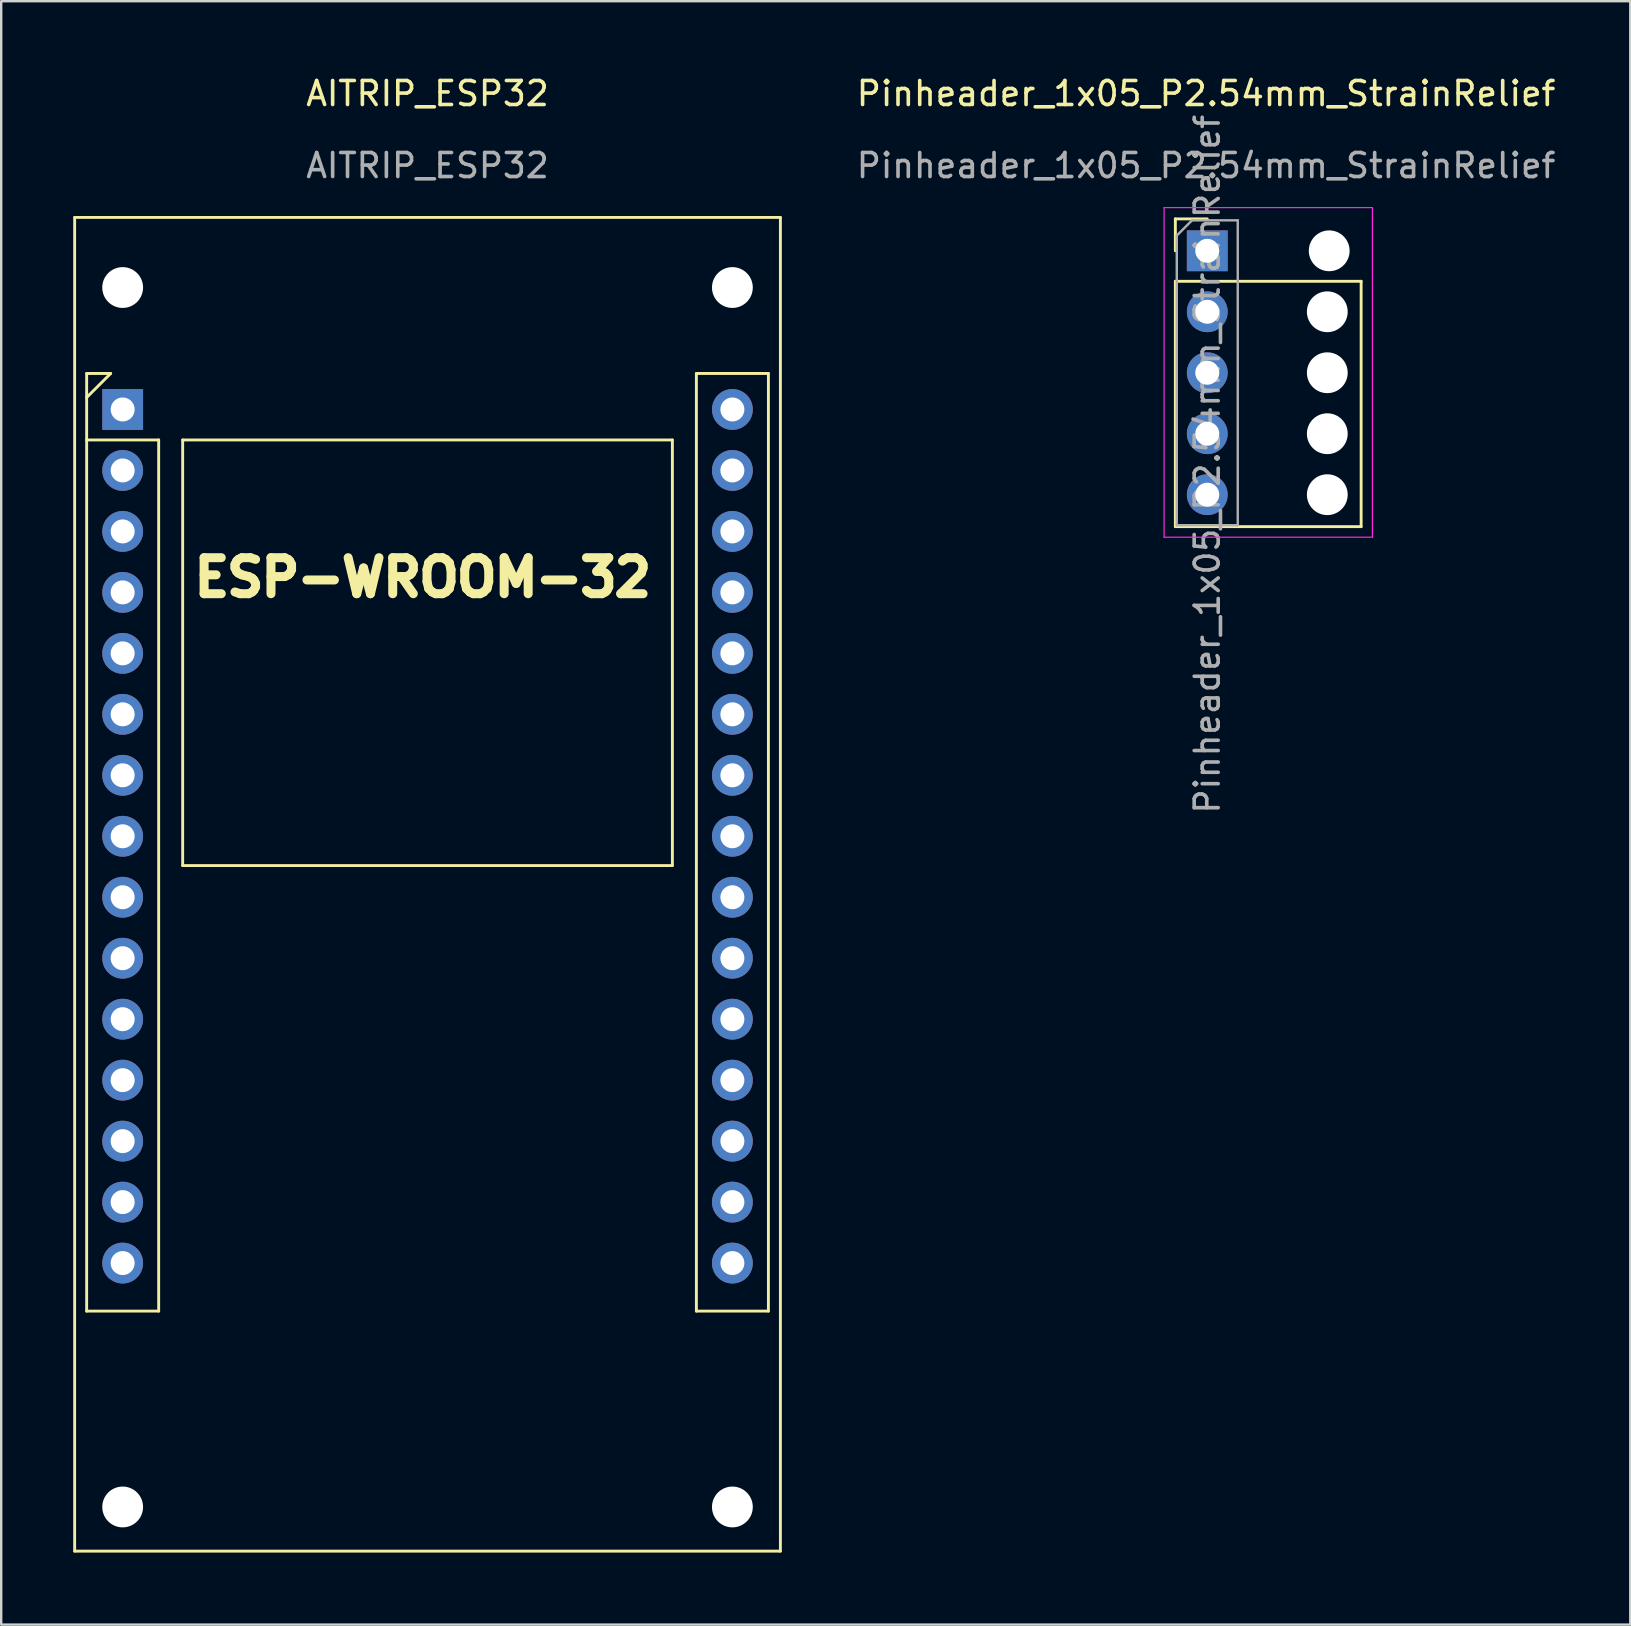
<source format=kicad_pcb>
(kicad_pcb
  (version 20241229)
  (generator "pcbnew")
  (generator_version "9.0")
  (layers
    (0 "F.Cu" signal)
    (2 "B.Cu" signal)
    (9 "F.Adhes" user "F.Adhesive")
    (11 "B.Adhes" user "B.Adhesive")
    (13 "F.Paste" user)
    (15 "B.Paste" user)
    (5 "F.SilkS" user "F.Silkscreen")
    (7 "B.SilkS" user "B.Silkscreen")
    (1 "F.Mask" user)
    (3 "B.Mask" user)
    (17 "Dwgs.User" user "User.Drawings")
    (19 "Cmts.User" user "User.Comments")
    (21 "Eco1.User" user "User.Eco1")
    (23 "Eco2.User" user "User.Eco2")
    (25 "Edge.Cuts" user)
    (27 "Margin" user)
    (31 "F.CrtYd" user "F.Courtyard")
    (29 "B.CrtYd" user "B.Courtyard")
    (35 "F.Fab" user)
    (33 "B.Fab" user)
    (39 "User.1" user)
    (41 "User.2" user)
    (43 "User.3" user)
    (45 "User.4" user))
  (footprint "Pinheader_1x05_P2.54mm_StrainRelief"
    (layer "F.Cu")
    (at 47.193 1.348)
    (property "Reference" "Pinheader_1x05_P2.54mm_StrainRelief" (at 0 -0.5 0) (unlocked yes) (layer "F.SilkS") (effects (font (size 1 1) (thickness 0.15))))
    (attr through_hole)
    (fp_line (start -1.28 4.72) (end 0.05 4.72) (stroke (width 0.12) (type solid)) (layer "F.SilkS"))
    (fp_line (start -1.28 6.05) (end -1.28 4.72) (stroke (width 0.12) (type solid)) (layer "F.SilkS"))
    (fp_line (start -1.28 7.32) (end -1.28 17.54) (stroke (width 0.12) (type solid)) (layer "F.SilkS"))
    (fp_line (start -1.28 7.32) (end 6.46 7.32) (stroke (width 0.12) (type solid)) (layer "F.SilkS"))
    (fp_line (start -1.28 17.54) (end 6.46 17.54) (stroke (width 0.12) (type solid)) (layer "F.SilkS"))
    (fp_line (start 6.46 7.32) (end 6.46 17.54) (stroke (width 0.12) (type solid)) (layer "F.SilkS"))
    (fp_line (start -1.75 4.25) (end -1.75 17.98) (stroke (width 0.05) (type solid)) (layer "F.CrtYd"))
    (fp_line (start -1.75 17.98) (end 6.93 17.98) (stroke (width 0.05) (type solid)) (layer "F.CrtYd"))
    (fp_line (start 6.93 4.25) (end -1.75 4.25) (stroke (width 0.05) (type solid)) (layer "F.CrtYd"))
    (fp_line (start 6.93 17.98) (end 6.93 4.25) (stroke (width 0.05) (type solid)) (layer "F.CrtYd"))
    (fp_line (start -1.22 5.415) (end -0.585 4.78) (stroke (width 0.1) (type solid)) (layer "F.Fab"))
    (fp_line (start -1.22 17.48) (end -1.22 5.415) (stroke (width 0.1) (type solid)) (layer "F.Fab"))
    (fp_line (start -0.585 4.78) (end 1.32 4.78) (stroke (width 0.1) (type solid)) (layer "F.Fab"))
    (fp_line (start 1.32 4.78) (end 1.32 17.48) (stroke (width 0.1) (type solid)) (layer "F.Fab"))
    (fp_line (start 1.32 17.48) (end -1.22 17.48) (stroke (width 0.1) (type solid)) (layer "F.Fab"))
    (fp_text user "${REFERENCE}" (at 0 2.5 0) (unlocked yes) (layer "F.Fab") (effects (font (size 1 1) (thickness 0.15))))
    (fp_text user "${REFERENCE}" (at 0.05 14.94 90) (layer "F.Fab") (effects (font (size 1 1) (thickness 0.15))))
    (pad "" np_thru_hole circle (at 5.05 8.59) (size 1.7 1.7) (drill 2) (layers "*.Cu" "*.Mask"))
    (pad "" np_thru_hole circle (at 5.05 11.13) (size 1.7 1.7) (drill 2) (layers "*.Cu" "*.Mask"))
    (pad "" np_thru_hole circle (at 5.05 13.67) (size 1.7 1.7) (drill 2) (layers "*.Cu" "*.Mask"))
    (pad "" np_thru_hole circle (at 5.05 16.21) (size 1.7 1.7) (drill 2) (layers "*.Cu" "*.Mask"))
    (pad "" np_thru_hole circle (at 5.13 6.05) (size 1.7 1.7) (drill 2) (layers "*.Cu" "*.Mask"))
    (pad "1" thru_hole rect (at 0.05 6.05) (size 1.7 1.7) (drill 1) (layers "*.Cu" "*.Mask"))
    (pad "2" thru_hole oval (at 0.05 8.59) (size 1.7 1.7) (drill 1) (layers "*.Cu" "*.Mask"))
    (pad "3" thru_hole oval (at 0.05 11.13) (size 1.7 1.7) (drill 1) (layers "*.Cu" "*.Mask"))
    (pad "4" thru_hole oval (at 0.05 13.67) (size 1.7 1.7) (drill 1) (layers "*.Cu" "*.Mask"))
    (pad "5" thru_hole oval (at 0.05 16.21) (size 1.7 1.7) (drill 1) (layers "*.Cu" "*.Mask")))
  (footprint "AITRIP_ESP32"
    (layer "F.Cu")
    (at 2.06 14.008)
    (property "Reference" "AITRIP_ESP32" (at 12.7 -13.16 0) (unlocked yes) (layer "F.SilkS") (effects (font (size 1 1) (thickness 0.15))))
    (attr through_hole)
    (fp_line (start -2 -8) (end -2 47.56) (stroke (width 0.12) (type solid)) (layer "F.SilkS"))
    (fp_line (start -2 -8) (end 27.4 -8) (stroke (width 0.12) (type solid)) (layer "F.SilkS"))
    (fp_line (start -2 47.56) (end 27.4 47.56) (stroke (width 0.12) (type solid)) (layer "F.SilkS"))
    (fp_line (start -1.5 -1.5) (end -1.5 37.56) (stroke (width 0.12) (type solid)) (layer "F.SilkS"))
    (fp_line (start -0.5 -1.5) (end -1.5 -1.5) (stroke (width 0.12) (type solid)) (layer "F.SilkS"))
    (fp_line (start -0.5 -1.5) (end -1.5 -0.5) (stroke (width 0.12) (type solid)) (layer "F.SilkS"))
    (fp_line (start 1.5 1.27) (end -1.5 1.27) (stroke (width 0.12) (type solid)) (layer "F.SilkS"))
    (fp_line (start 1.5 1.27) (end 1.5 37.56) (stroke (width 0.12) (type solid)) (layer "F.SilkS"))
    (fp_line (start 1.5 37.56) (end -1.5 37.56) (stroke (width 0.12) (type solid)) (layer "F.SilkS"))
    (fp_line (start 2.5 1.27) (end 2.5 19) (stroke (width 0.12) (type solid)) (layer "F.SilkS"))
    (fp_line (start 2.5 1.27) (end 22.9 1.27) (stroke (width 0.12) (type solid)) (layer "F.SilkS"))
    (fp_line (start 2.5 19) (end 22.9 19) (stroke (width 0.12) (type solid)) (layer "F.SilkS"))
    (fp_line (start 22.9 1.27) (end 22.9 19) (stroke (width 0.12) (type solid)) (layer "F.SilkS"))
    (fp_line (start 23.9 -1.5) (end 23.9 37.56) (stroke (width 0.12) (type solid)) (layer "F.SilkS"))
    (fp_line (start 23.9 -1.5) (end 26.9 -1.5) (stroke (width 0.12) (type solid)) (layer "F.SilkS"))
    (fp_line (start 23.9 37.56) (end 26.9 37.56) (stroke (width 0.12) (type solid)) (layer "F.SilkS"))
    (fp_line (start 26.9 -1.5) (end 26.9 37.56) (stroke (width 0.12) (type solid)) (layer "F.SilkS"))
    (fp_line (start 27.4 -8) (end 27.4 47.56) (stroke (width 0.12) (type solid)) (layer "F.SilkS"))
    (fp_text user "ESP-WROOM-32" (at 12.5 7 0) (unlocked yes) (layer "F.SilkS") (effects (font (size 1.5 1.5) (thickness 0.375))))
    (fp_text user "${REFERENCE}" (at 12.7 -10.16 0) (unlocked yes) (layer "F.Fab") (effects (font (size 1 1) (thickness 0.15))))
    (pad "" np_thru_hole circle (at 0 -5.08) (size 1.7 1.7) (drill 3) (layers "*.Cu" "*.Mask"))
    (pad "" np_thru_hole circle (at 0 45.72) (size 1.7 1.7) (drill 3) (layers "*.Cu" "*.Mask"))
    (pad "" np_thru_hole circle (at 25.4 -5.08) (size 1.7 1.7) (drill 3) (layers "*.Cu" "*.Mask"))
    (pad "" np_thru_hole circle (at 25.4 45.72) (size 1.7 1.7) (drill 3) (layers "*.Cu" "*.Mask"))
    (pad "1" thru_hole rect (at 0 0) (size 1.7 1.7) (drill 1) (layers "*.Cu" "*.Mask"))
    (pad "2" thru_hole circle (at 0 2.54) (size 1.7 1.7) (drill 1) (layers "*.Cu" "*.Mask"))
    (pad "3" thru_hole circle (at 0 5.08) (size 1.7 1.7) (drill 1) (layers "*.Cu" "*.Mask"))
    (pad "4" thru_hole circle (at 0 7.62) (size 1.7 1.7) (drill 1) (layers "*.Cu" "*.Mask"))
    (pad "5" thru_hole circle (at 0 10.16) (size 1.7 1.7) (drill 1) (layers "*.Cu" "*.Mask"))
    (pad "6" thru_hole circle (at 0 12.7) (size 1.7 1.7) (drill 1) (layers "*.Cu" "*.Mask"))
    (pad "7" thru_hole circle (at 0 15.24) (size 1.7 1.7) (drill 1) (layers "*.Cu" "*.Mask"))
    (pad "8" thru_hole circle (at 0 17.78) (size 1.7 1.7) (drill 1) (layers "*.Cu" "*.Mask"))
    (pad "9" thru_hole circle (at 0 20.32) (size 1.7 1.7) (drill 1) (layers "*.Cu" "*.Mask"))
    (pad "10" thru_hole circle (at 0 22.86) (size 1.7 1.7) (drill 1) (layers "*.Cu" "*.Mask"))
    (pad "11" thru_hole circle (at 0 25.4) (size 1.7 1.7) (drill 1) (layers "*.Cu" "*.Mask"))
    (pad "12" thru_hole circle (at 0 27.94) (size 1.7 1.7) (drill 1) (layers "*.Cu" "*.Mask"))
    (pad "13" thru_hole circle (at 0 30.48) (size 1.7 1.7) (drill 1) (layers "*.Cu" "*.Mask"))
    (pad "14" thru_hole circle (at 0 33.02) (size 1.7 1.7) (drill 1) (layers "*.Cu" "*.Mask"))
    (pad "15" thru_hole circle (at 0 35.56) (size 1.7 1.7) (drill 1) (layers "*.Cu" "*.Mask"))
    (pad "16" thru_hole circle (at 25.4 0) (size 1.7 1.7) (drill 1) (layers "*.Cu" "*.Mask"))
    (pad "17" thru_hole circle (at 25.4 2.54) (size 1.7 1.7) (drill 1) (layers "*.Cu" "*.Mask"))
    (pad "18" thru_hole circle (at 25.4 5.08) (size 1.7 1.7) (drill 1) (layers "*.Cu" "*.Mask"))
    (pad "19" thru_hole circle (at 25.4 7.62) (size 1.7 1.7) (drill 1) (layers "*.Cu" "*.Mask"))
    (pad "20" thru_hole circle (at 25.4 10.16) (size 1.7 1.7) (drill 1) (layers "*.Cu" "*.Mask"))
    (pad "21" thru_hole circle (at 25.4 12.7) (size 1.7 1.7) (drill 1) (layers "*.Cu" "*.Mask"))
    (pad "22" thru_hole circle (at 25.4 15.24) (size 1.7 1.7) (drill 1) (layers "*.Cu" "*.Mask"))
    (pad "23" thru_hole circle (at 25.4 17.78) (size 1.7 1.7) (drill 1) (layers "*.Cu" "*.Mask"))
    (pad "24" thru_hole circle (at 25.4 20.32) (size 1.7 1.7) (drill 1) (layers "*.Cu" "*.Mask"))
    (pad "25" thru_hole circle (at 25.4 22.86) (size 1.7 1.7) (drill 1) (layers "*.Cu" "*.Mask"))
    (pad "26" thru_hole circle (at 25.4 25.4) (size 1.7 1.7) (drill 1) (layers "*.Cu" "*.Mask"))
    (pad "27" thru_hole circle (at 25.4 27.94) (size 1.7 1.7) (drill 1) (layers "*.Cu" "*.Mask"))
    (pad "28" thru_hole circle (at 25.4 30.48) (size 1.7 1.7) (drill 1) (layers "*.Cu" "*.Mask"))
    (pad "29" thru_hole circle (at 25.4 33.02) (size 1.7 1.7) (drill 1) (layers "*.Cu" "*.Mask"))
    (pad "30" thru_hole circle (at 25.4 35.56) (size 1.7 1.7) (drill 1) (layers "*.Cu" "*.Mask")))
  (gr_rect
    (start -3 -3)
    (end 64.865 64.628)
    (stroke (width 0.1) (type default))
    (fill no)
    (layer "Edge.Cuts")))
</source>
